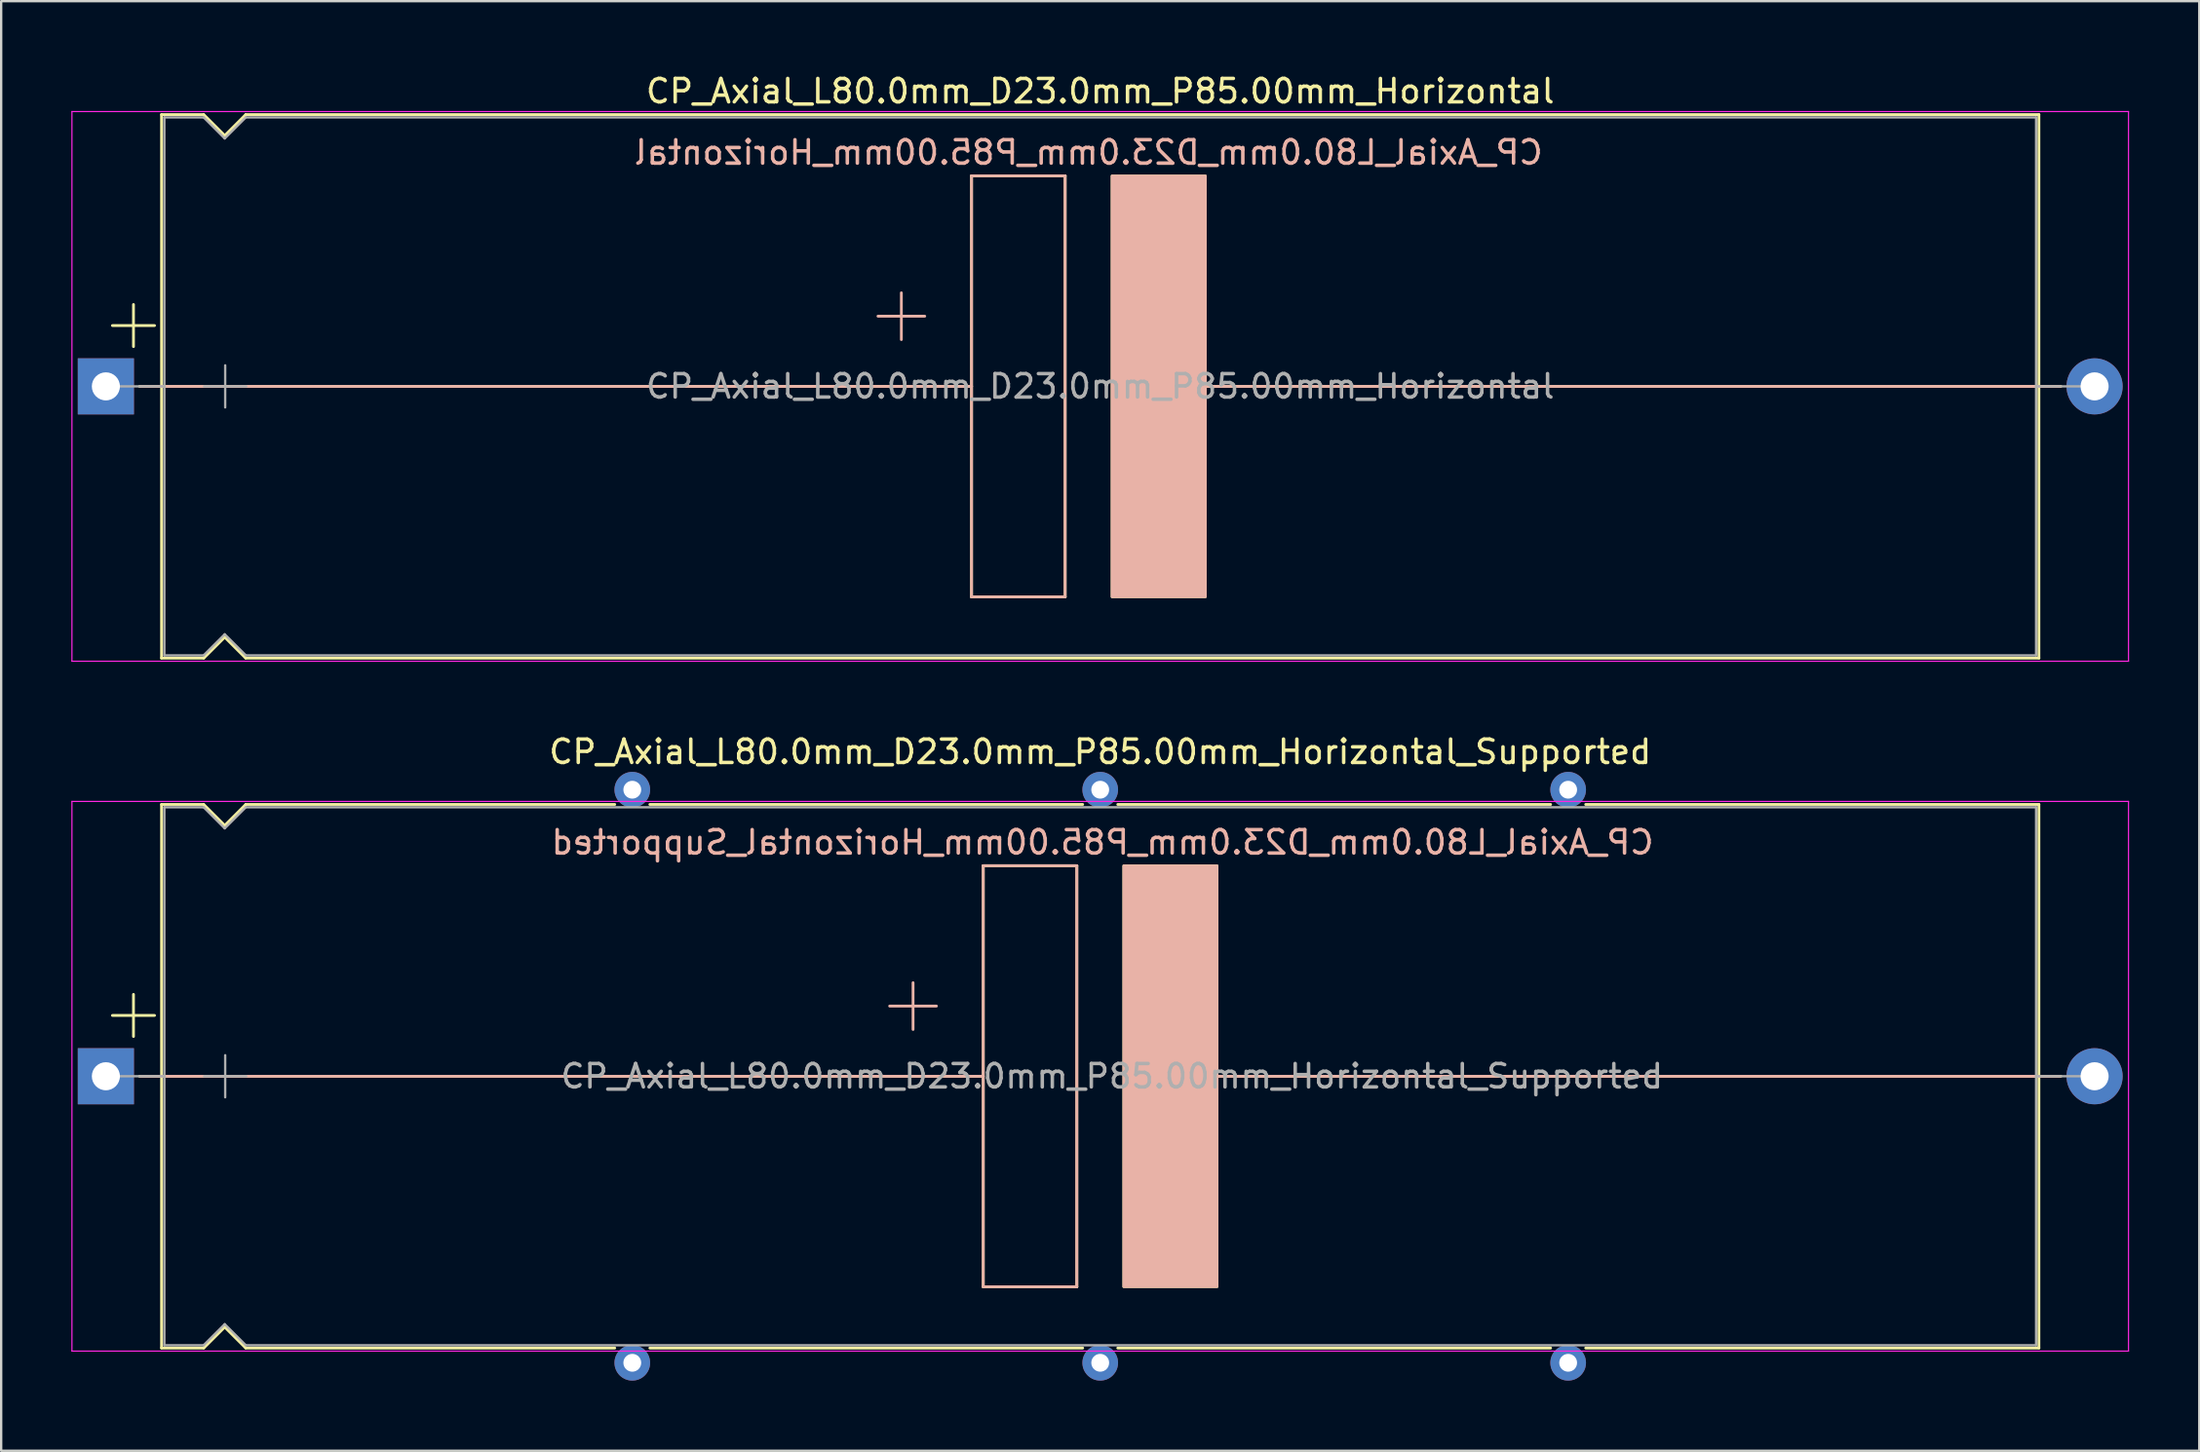
<source format=kicad_pcb>
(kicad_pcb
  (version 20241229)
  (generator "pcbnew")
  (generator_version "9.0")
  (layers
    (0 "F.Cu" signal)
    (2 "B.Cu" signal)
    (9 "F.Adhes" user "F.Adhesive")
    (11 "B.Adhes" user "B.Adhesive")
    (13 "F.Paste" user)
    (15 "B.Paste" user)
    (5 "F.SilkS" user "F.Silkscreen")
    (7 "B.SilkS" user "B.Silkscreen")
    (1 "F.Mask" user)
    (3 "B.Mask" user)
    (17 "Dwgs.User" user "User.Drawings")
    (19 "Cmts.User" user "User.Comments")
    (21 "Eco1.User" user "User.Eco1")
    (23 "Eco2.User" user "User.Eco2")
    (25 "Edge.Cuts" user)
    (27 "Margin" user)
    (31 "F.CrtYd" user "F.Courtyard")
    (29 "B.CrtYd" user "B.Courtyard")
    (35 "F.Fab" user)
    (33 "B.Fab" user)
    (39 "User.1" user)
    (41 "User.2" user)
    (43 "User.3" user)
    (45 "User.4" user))
  (footprint "CP_Axial_L80.0mm_D23.0mm_P85.00mm_Horizontal_Supported"
    (layer "F.Cu")
    (at 1.475 42.962)
    (property "Reference" "CP_Axial_L80.0mm_D23.0mm_P85.00mm_Horizontal_Supported" (at 42.5 -13.87 0) (layer "F.SilkS") (effects (font (size 1 1) (thickness 0.15))))
    (fp_line (start 0.28 -2.6) (end 2.08 -2.6) (stroke (width 0.12) (type solid)) (layer "F.SilkS"))
    (fp_line (start 1.18 -3.5) (end 1.18 -1.7) (stroke (width 0.12) (type solid)) (layer "F.SilkS"))
    (fp_line (start 1.44 0) (end 2.38 0) (stroke (width 0.12) (type solid)) (layer "F.SilkS"))
    (fp_line (start 2.38 -11.62) (end 2.38 11.62) (stroke (width 0.12) (type solid)) (layer "F.SilkS"))
    (fp_line (start 2.38 -11.62) (end 4.18 -11.62) (stroke (width 0.12) (type solid)) (layer "F.SilkS"))
    (fp_line (start 2.38 0) (end 37.5 0) (stroke (width 0.12) (type solid)) (layer "F.SilkS"))
    (fp_line (start 2.38 11.62) (end 4.18 11.62) (stroke (width 0.12) (type solid)) (layer "F.SilkS"))
    (fp_line (start 4.18 -11.62) (end 5.08 -10.72) (stroke (width 0.12) (type solid)) (layer "F.SilkS"))
    (fp_line (start 4.18 11.62) (end 5.08 10.72) (stroke (width 0.12) (type solid)) (layer "F.SilkS"))
    (fp_line (start 5.08 -10.72) (end 5.98 -11.62) (stroke (width 0.12) (type solid)) (layer "F.SilkS"))
    (fp_line (start 5.08 10.72) (end 5.98 11.62) (stroke (width 0.12) (type solid)) (layer "F.SilkS"))
    (fp_line (start 5.98 -11.62) (end 21.75 -11.62) (stroke (width 0.12) (type solid)) (layer "F.SilkS"))
    (fp_line (start 5.98 11.62) (end 21.75 11.62) (stroke (width 0.12) (type solid)) (layer "F.SilkS"))
    (fp_line (start 23.25 -11.62) (end 41.75 -11.62) (stroke (width 0.12) (type solid)) (layer "F.SilkS"))
    (fp_line (start 23.25 11.62) (end 41.75 11.62) (stroke (width 0.12) (type solid)) (layer "F.SilkS"))
    (fp_line (start 37.5 -9) (end 41.5 -9) (stroke (width 0.12) (type solid)) (layer "F.SilkS"))
    (fp_line (start 37.5 9) (end 37.5 -9) (stroke (width 0.12) (type solid)) (layer "F.SilkS"))
    (fp_line (start 41.5 -9) (end 41.5 9) (stroke (width 0.12) (type solid)) (layer "F.SilkS"))
    (fp_line (start 41.5 9) (end 37.5 9) (stroke (width 0.12) (type solid)) (layer "F.SilkS"))
    (fp_line (start 43.25 -11.62) (end 61.75 -11.62) (stroke (width 0.12) (type solid)) (layer "F.SilkS"))
    (fp_line (start 43.25 11.62) (end 61.75 11.62) (stroke (width 0.12) (type solid)) (layer "F.SilkS"))
    (fp_line (start 47 0) (end 82.62 0) (stroke (width 0.12) (type solid)) (layer "F.SilkS"))
    (fp_line (start 63.25 -11.62) (end 82.62 -11.62) (stroke (width 0.12) (type solid)) (layer "F.SilkS"))
    (fp_line (start 63.25 11.62) (end 82.62 11.62) (stroke (width 0.12) (type solid)) (layer "F.SilkS"))
    (fp_line (start 82.62 -11.62) (end 82.62 11.62) (stroke (width 0.12) (type solid)) (layer "F.SilkS"))
    (fp_line (start 83.56 0) (end 82.62 0) (stroke (width 0.12) (type solid)) (layer "F.SilkS"))
    (fp_poly (pts (xy 47.5 9) (xy 43.5 9) (xy 43.5 -9) (xy 47.5 -9)) (stroke (width 0.1) (type solid)) (fill yes) (layer "F.SilkS"))
    (fp_line (start 1.5 0) (end 9.38 0) (stroke (width 0.12) (type solid)) (layer "B.SilkS"))
    (fp_line (start 9.38 0) (end 37.5 0) (stroke (width 0.12) (type solid)) (layer "B.SilkS"))
    (fp_line (start 34.5 -2) (end 34.5 -4) (stroke (width 0.12) (type solid)) (layer "B.SilkS"))
    (fp_line (start 35.5 -3) (end 33.5 -3) (stroke (width 0.12) (type solid)) (layer "B.SilkS"))
    (fp_line (start 37.5 -9) (end 41.5 -9) (stroke (width 0.12) (type solid)) (layer "B.SilkS"))
    (fp_line (start 37.5 9) (end 37.5 -9) (stroke (width 0.12) (type solid)) (layer "B.SilkS"))
    (fp_line (start 41.5 -9) (end 41.5 9) (stroke (width 0.12) (type solid)) (layer "B.SilkS"))
    (fp_line (start 41.5 9) (end 37.5 9) (stroke (width 0.12) (type solid)) (layer "B.SilkS"))
    (fp_line (start 47.5 0) (end 76.62 0) (stroke (width 0.12) (type solid)) (layer "B.SilkS"))
    (fp_line (start 83.5 0) (end 76.62 0) (stroke (width 0.12) (type solid)) (layer "B.SilkS"))
    (fp_poly (pts (xy 47.5 9) (xy 43.5 9) (xy 43.5 -9) (xy 47.5 -9)) (stroke (width 0.1) (type solid)) (fill yes) (layer "B.SilkS"))
    (fp_line (start -1.45 -11.75) (end -1.45 11.75) (stroke (width 0.05) (type solid)) (layer "F.CrtYd"))
    (fp_line (start -1.45 11.75) (end 86.45 11.75) (stroke (width 0.05) (type solid)) (layer "F.CrtYd"))
    (fp_line (start 86.45 -11.75) (end -1.45 -11.75) (stroke (width 0.05) (type solid)) (layer "F.CrtYd"))
    (fp_line (start 86.45 11.75) (end 86.45 -11.75) (stroke (width 0.05) (type solid)) (layer "F.CrtYd"))
    (fp_line (start 0 0) (end 2.5 0) (stroke (width 0.1) (type solid)) (layer "F.Fab"))
    (fp_line (start 2.5 -11.5) (end 2.5 11.5) (stroke (width 0.1) (type solid)) (layer "F.Fab"))
    (fp_line (start 2.5 -11.5) (end 4.18 -11.5) (stroke (width 0.1) (type solid)) (layer "F.Fab"))
    (fp_line (start 2.5 11.5) (end 4.18 11.5) (stroke (width 0.1) (type solid)) (layer "F.Fab"))
    (fp_line (start 4.18 -11.5) (end 5.08 -10.6) (stroke (width 0.1) (type solid)) (layer "F.Fab"))
    (fp_line (start 4.18 11.5) (end 5.08 10.6) (stroke (width 0.1) (type solid)) (layer "F.Fab"))
    (fp_line (start 4.2 0) (end 6 0) (stroke (width 0.1) (type solid)) (layer "F.Fab"))
    (fp_line (start 5.08 -10.6) (end 5.98 -11.5) (stroke (width 0.1) (type solid)) (layer "F.Fab"))
    (fp_line (start 5.08 10.6) (end 5.98 11.5) (stroke (width 0.1) (type solid)) (layer "F.Fab"))
    (fp_line (start 5.1 -0.9) (end 5.1 0.9) (stroke (width 0.1) (type solid)) (layer "F.Fab"))
    (fp_line (start 5.98 -11.5) (end 82.5 -11.5) (stroke (width 0.1) (type solid)) (layer "F.Fab"))
    (fp_line (start 5.98 11.5) (end 82.5 11.5) (stroke (width 0.1) (type solid)) (layer "F.Fab"))
    (fp_line (start 82.5 -11.5) (end 82.5 11.5) (stroke (width 0.1) (type solid)) (layer "F.Fab"))
    (fp_line (start 85 0) (end 82.5 0) (stroke (width 0.1) (type solid)) (layer "F.Fab"))
    (fp_text user "${REFERENCE}" (at 42.6 -10 0) (layer "B.SilkS") (effects (font (size 1 1) (thickness 0.15)) (justify mirror)))
    (fp_text user "${REFERENCE}" (at 43 0 0) (layer "F.Fab") (effects (font (size 1 1) (thickness 0.15))))
    (pad "" thru_hole circle (at 22.5 -12.25) (size 1.524 1.524) (drill 0.762) (layers "*.Cu" "*.Mask"))
    (pad "" thru_hole circle (at 22.5 12.25) (size 1.524 1.524) (drill 0.762) (layers "*.Cu" "*.Mask"))
    (pad "" thru_hole circle (at 42.5 -12.25) (size 1.524 1.524) (drill 0.762) (layers "*.Cu" "*.Mask"))
    (pad "" thru_hole circle (at 42.5 12.25) (size 1.524 1.524) (drill 0.762) (layers "*.Cu" "*.Mask"))
    (pad "" thru_hole circle (at 62.5 -12.25) (size 1.524 1.524) (drill 0.762) (layers "*.Cu" "*.Mask"))
    (pad "" thru_hole circle (at 62.5 12.25) (size 1.524 1.524) (drill 0.762) (layers "*.Cu" "*.Mask"))
    (pad "1" thru_hole rect (at 0 0) (size 2.4 2.4) (drill 1.2) (layers "*.Cu" "*.Mask"))
    (pad "2" thru_hole oval (at 85 0) (size 2.4 2.4) (drill 1.2) (layers "*.Cu" "*.Mask")))
  (footprint "CP_Axial_L80.0mm_D23.0mm_P85.00mm_Horizontal"
    (layer "F.Cu")
    (at 1.475 13.468)
    (property "Reference" "CP_Axial_L80.0mm_D23.0mm_P85.00mm_Horizontal" (at 42.5 -12.62 0) (layer "F.SilkS") (effects (font (size 1 1) (thickness 0.15))))
    (fp_line (start 0.28 -2.6) (end 2.08 -2.6) (stroke (width 0.12) (type solid)) (layer "F.SilkS"))
    (fp_line (start 1.18 -3.5) (end 1.18 -1.7) (stroke (width 0.12) (type solid)) (layer "F.SilkS"))
    (fp_line (start 1.44 0) (end 2.38 0) (stroke (width 0.12) (type solid)) (layer "F.SilkS"))
    (fp_line (start 2.38 -11.62) (end 2.38 11.62) (stroke (width 0.12) (type solid)) (layer "F.SilkS"))
    (fp_line (start 2.38 -11.62) (end 4.18 -11.62) (stroke (width 0.12) (type solid)) (layer "F.SilkS"))
    (fp_line (start 2.38 0) (end 37 0) (stroke (width 0.12) (type solid)) (layer "F.SilkS"))
    (fp_line (start 2.38 11.62) (end 4.18 11.62) (stroke (width 0.12) (type solid)) (layer "F.SilkS"))
    (fp_line (start 4.18 -11.62) (end 5.08 -10.72) (stroke (width 0.12) (type solid)) (layer "F.SilkS"))
    (fp_line (start 4.18 11.62) (end 5.08 10.72) (stroke (width 0.12) (type solid)) (layer "F.SilkS"))
    (fp_line (start 5.08 -10.72) (end 5.98 -11.62) (stroke (width 0.12) (type solid)) (layer "F.SilkS"))
    (fp_line (start 5.08 10.72) (end 5.98 11.62) (stroke (width 0.12) (type solid)) (layer "F.SilkS"))
    (fp_line (start 5.98 -11.62) (end 82.62 -11.62) (stroke (width 0.12) (type solid)) (layer "F.SilkS"))
    (fp_line (start 5.98 11.62) (end 82.62 11.62) (stroke (width 0.12) (type solid)) (layer "F.SilkS"))
    (fp_line (start 37 -9) (end 41 -9) (stroke (width 0.12) (type solid)) (layer "F.SilkS"))
    (fp_line (start 37 9) (end 37 -9) (stroke (width 0.12) (type solid)) (layer "F.SilkS"))
    (fp_line (start 41 -9) (end 41 9) (stroke (width 0.12) (type solid)) (layer "F.SilkS"))
    (fp_line (start 41 9) (end 37 9) (stroke (width 0.12) (type solid)) (layer "F.SilkS"))
    (fp_line (start 47 0) (end 82.62 0) (stroke (width 0.12) (type solid)) (layer "F.SilkS"))
    (fp_line (start 82.62 -11.62) (end 82.62 11.62) (stroke (width 0.12) (type solid)) (layer "F.SilkS"))
    (fp_line (start 83.56 0) (end 82.62 0) (stroke (width 0.12) (type solid)) (layer "F.SilkS"))
    (fp_poly (pts (xy 47 9) (xy 43 9) (xy 43 -9) (xy 47 -9)) (stroke (width 0.1) (type solid)) (fill yes) (layer "F.SilkS"))
    (fp_line (start 1.5 0) (end 8.88 0) (stroke (width 0.12) (type solid)) (layer "B.SilkS"))
    (fp_line (start 8.88 0) (end 37 0) (stroke (width 0.12) (type solid)) (layer "B.SilkS"))
    (fp_line (start 34 -2) (end 34 -4) (stroke (width 0.12) (type solid)) (layer "B.SilkS"))
    (fp_line (start 35 -3) (end 33 -3) (stroke (width 0.12) (type solid)) (layer "B.SilkS"))
    (fp_line (start 37 -9) (end 41 -9) (stroke (width 0.12) (type solid)) (layer "B.SilkS"))
    (fp_line (start 37 9) (end 37 -9) (stroke (width 0.12) (type solid)) (layer "B.SilkS"))
    (fp_line (start 41 -9) (end 41 9) (stroke (width 0.12) (type solid)) (layer "B.SilkS"))
    (fp_line (start 41 9) (end 37 9) (stroke (width 0.12) (type solid)) (layer "B.SilkS"))
    (fp_line (start 47 0) (end 76.12 0) (stroke (width 0.12) (type solid)) (layer "B.SilkS"))
    (fp_line (start 83.5 0) (end 76.12 0) (stroke (width 0.12) (type solid)) (layer "B.SilkS"))
    (fp_poly (pts (xy 47 9) (xy 43 9) (xy 43 -9) (xy 47 -9)) (stroke (width 0.1) (type solid)) (fill yes) (layer "B.SilkS"))
    (fp_line (start -1.45 -11.75) (end -1.45 11.75) (stroke (width 0.05) (type solid)) (layer "F.CrtYd"))
    (fp_line (start -1.45 11.75) (end 86.45 11.75) (stroke (width 0.05) (type solid)) (layer "F.CrtYd"))
    (fp_line (start 86.45 -11.75) (end -1.45 -11.75) (stroke (width 0.05) (type solid)) (layer "F.CrtYd"))
    (fp_line (start 86.45 11.75) (end 86.45 -11.75) (stroke (width 0.05) (type solid)) (layer "F.CrtYd"))
    (fp_line (start 0 0) (end 2.5 0) (stroke (width 0.1) (type solid)) (layer "F.Fab"))
    (fp_line (start 2.5 -11.5) (end 2.5 11.5) (stroke (width 0.1) (type solid)) (layer "F.Fab"))
    (fp_line (start 2.5 -11.5) (end 4.18 -11.5) (stroke (width 0.1) (type solid)) (layer "F.Fab"))
    (fp_line (start 2.5 11.5) (end 4.18 11.5) (stroke (width 0.1) (type solid)) (layer "F.Fab"))
    (fp_line (start 4.18 -11.5) (end 5.08 -10.6) (stroke (width 0.1) (type solid)) (layer "F.Fab"))
    (fp_line (start 4.18 11.5) (end 5.08 10.6) (stroke (width 0.1) (type solid)) (layer "F.Fab"))
    (fp_line (start 4.2 0) (end 6 0) (stroke (width 0.1) (type solid)) (layer "F.Fab"))
    (fp_line (start 5.08 -10.6) (end 5.98 -11.5) (stroke (width 0.1) (type solid)) (layer "F.Fab"))
    (fp_line (start 5.08 10.6) (end 5.98 11.5) (stroke (width 0.1) (type solid)) (layer "F.Fab"))
    (fp_line (start 5.1 -0.9) (end 5.1 0.9) (stroke (width 0.1) (type solid)) (layer "F.Fab"))
    (fp_line (start 5.98 -11.5) (end 82.5 -11.5) (stroke (width 0.1) (type solid)) (layer "F.Fab"))
    (fp_line (start 5.98 11.5) (end 82.5 11.5) (stroke (width 0.1) (type solid)) (layer "F.Fab"))
    (fp_line (start 82.5 -11.5) (end 82.5 11.5) (stroke (width 0.1) (type solid)) (layer "F.Fab"))
    (fp_line (start 85 0) (end 82.5 0) (stroke (width 0.1) (type solid)) (layer "F.Fab"))
    (fp_text user "${REFERENCE}" (at 42 -10 0) (layer "B.SilkS") (effects (font (size 1 1) (thickness 0.15)) (justify mirror)))
    (fp_text user "${REFERENCE}" (at 42.5 0 0) (layer "F.Fab") (effects (font (size 1 1) (thickness 0.15))))
    (pad "1" thru_hole rect (at 0 0) (size 2.4 2.4) (drill 1.2) (layers "*.Cu" "*.Mask"))
    (pad "2" thru_hole oval (at 85 0) (size 2.4 2.4) (drill 1.2) (layers "*.Cu" "*.Mask")))
  (gr_rect
    (start -3 -3)
    (end 90.95 58.974)
    (stroke (width 0.1) (type default))
    (fill no)
    (layer "Edge.Cuts")))
</source>
